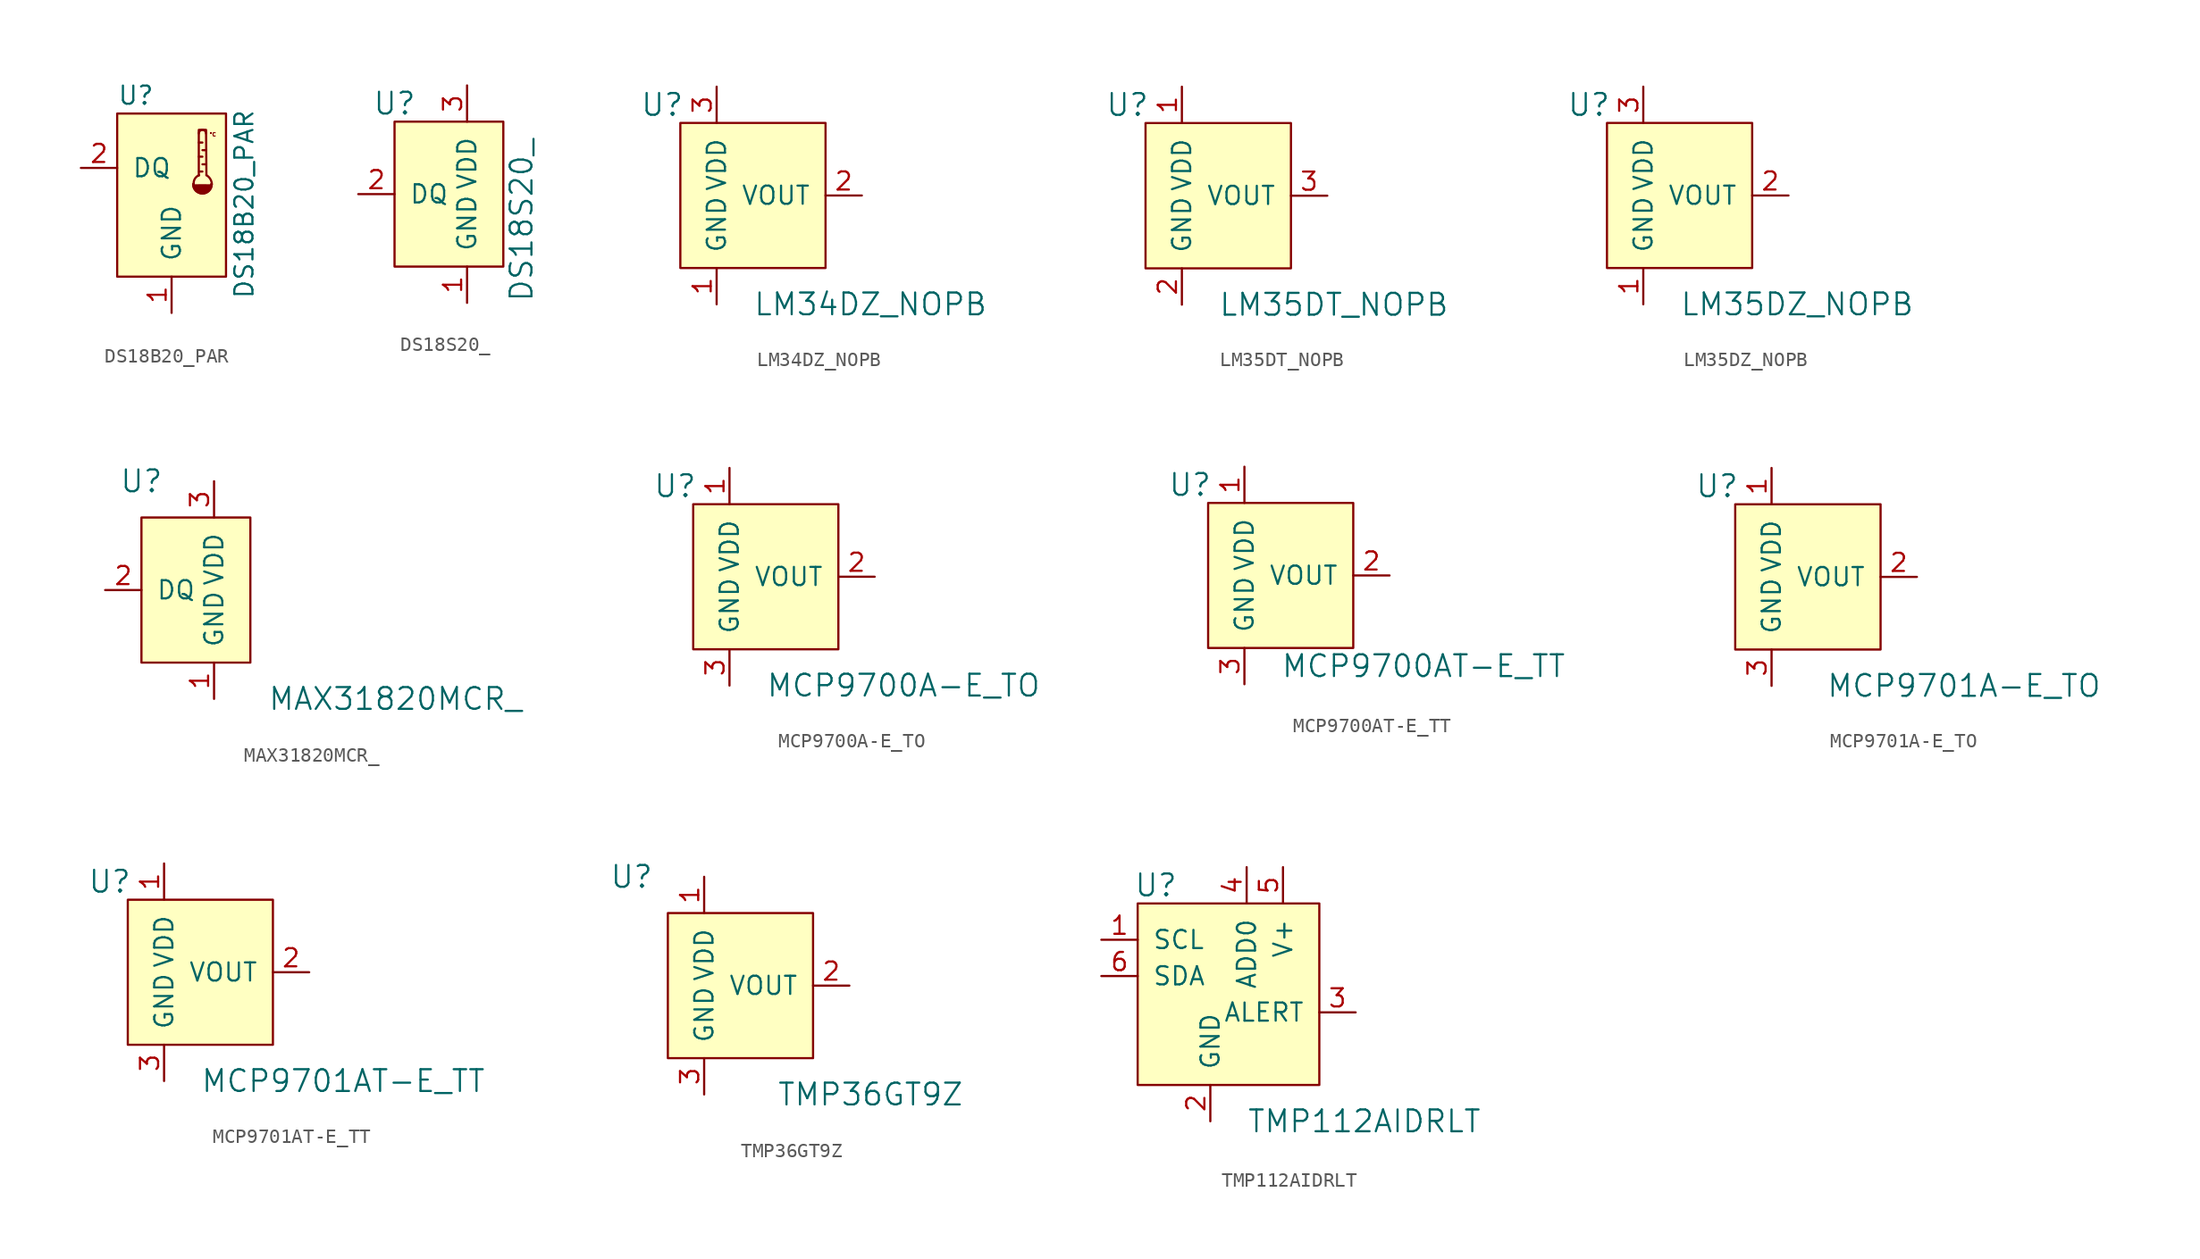
<source format=kicad_sym>
(kicad_symbol_lib
  (version 20220914)
  (generator kicad_symbol_editor)
  (symbol "DS18B20_PAR"
    (pin_names
      (offset 1.016))
    (property "Reference" "U"
      (at -3.81 8.89 0)
      (effects (font (size 1.27 1.27)) (justify left)))
    (property "Value" "DS18B20_PAR"
      (at 5.08 1.27 90)
      (effects (font (size 1.27 1.27))))
    (symbol "DS18B20_PAR_0_1"
      (rectangle (start -3.81 -3.81) (end 3.81 7.62) (stroke (width 0) (type default)) (fill (type background))))
    (symbol "DS18B20_PAR_1_0"
      (polyline (pts (xy 1.905 4.597) (xy 2.159 4.597)) (stroke (width 0) (type default)) (fill (type none)))
      (polyline (pts (xy 1.93 3.556) (xy 2.159 3.556)) (stroke (width 0) (type default)) (fill (type none)))
      (polyline (pts (xy 2.159 5.588) (xy 1.905 5.588)) (stroke (width 0) (type default)) (fill (type none)))
      (polyline (pts (xy 2.413 4.064) (xy 2.159 4.064)) (stroke (width 0) (type default)) (fill (type none)))
      (polyline (pts (xy 2.413 5.055) (xy 2.159 5.055)) (stroke (width 0) (type default)) (fill (type none)))
      (polyline (pts (xy 1.905 3.277) (xy 1.905 6.477) (xy 2.413 6.477) (xy 2.438 3.302)) (stroke (width 0) (type default)) (fill (type none)))
      (arc (start 1.524 2.667) (mid 2.159 2.0347) (end 2.794 2.667) (stroke (width 0.1778) (type default)) (fill (type none)))
      (arc (start 1.524 2.667) (mid 2.159 2.0347) (end 2.794 2.667) (stroke (width 0.1778) (type default)) (fill (type outline)))
      (arc (start 1.9304 3.302) (mid 1.6277 3.0477) (end 1.5494 2.667) (stroke (width 0) (type default)) (fill (type none)))
      (arc (start 2.413 6.223) (mid 2.159 6.4759) (end 1.905 6.223) (stroke (width 0) (type default)) (fill (type none)))
      (arc (start 2.8194 2.667) (mid 2.7121 3.0279) (end 2.4384 3.302) (stroke (width 0) (type default)) (fill (type none)))
      (text "°C" (at 2.616 6.299 0) (effects (font (size 0.254 0.254)) (justify left top))))
    (symbol "DS18B20_PAR_1_1"
      (pin power_in line (at 0 -6.35 90) (length 2.54) (name "GND" (effects (font (size 1.27 1.27)))) (number "1" (effects (font (size 1.27 1.27)))))
      (pin bidirectional line (at -6.35 3.81 0) (length 2.54) (name "DQ" (effects (font (size 1.27 1.27)))) (number "2" (effects (font (size 1.27 1.27)))))
      (pin no_connect line (at -6.35 1.27 0) (length 2.54) hide (name "N.C." (effects (font (size 1.27 1.27)))) (number "3" (effects (font (size 1.27 1.27)))))))
  (symbol "DS18S20_"
    (pin_names
      (offset 1.016))
    (property "Reference" "U"
      (at -5.08 6.35 0)
      (effects (font (size 1.524 1.524))))
    (property "Value" "DS18S20_"
      (at 3.81 -7.62 90)
      (effects (font (size 1.524 1.524)) (justify left)))
    (symbol "DS18S20__0_1"
      (rectangle (start -5.08 5.08) (end 2.54 -5.08) (stroke (width 0) (type default)) (fill (type background))))
    (symbol "DS18S20__1_1"
      (pin power_in line (at 0 -7.62 90) (length 2.54) (name "GND" (effects (font (size 1.27 1.27)))) (number "1" (effects (font (size 1.27 1.27)))))
      (pin bidirectional line (at -7.62 0 0) (length 2.54) (name "DQ" (effects (font (size 1.27 1.27)))) (number "2" (effects (font (size 1.27 1.27)))))
      (pin power_in line (at 0 7.62 270) (length 2.54) (name "VDD" (effects (font (size 1.27 1.27)))) (number "3" (effects (font (size 1.27 1.27)))))))
  (symbol "LM34DZ_NOPB"
    (pin_names
      (offset 1.016))
    (property "Reference" "U"
      (at -3.81 6.35 0)
      (effects (font (size 1.524 1.524))))
    (property "Value" "LM34DZ_NOPB"
      (at 2.54 -7.62 0)
      (effects (font (size 1.524 1.524)) (justify left)))
    (symbol "LM34DZ_NOPB_0_1"
      (rectangle (start 7.62 5.08) (end -2.54 -5.08) (stroke (width 0) (type default)) (fill (type background))))
    (symbol "LM34DZ_NOPB_1_1"
      (pin power_in line (at 0 -7.62 90) (length 2.54) (name "GND" (effects (font (size 1.27 1.27)))) (number "1" (effects (font (size 1.27 1.27)))))
      (pin output line (at 10.16 0 180) (length 2.54) (name "VOUT" (effects (font (size 1.27 1.27)))) (number "2" (effects (font (size 1.27 1.27)))))
      (pin power_in line (at 0 7.62 270) (length 2.54) (name "VDD" (effects (font (size 1.27 1.27)))) (number "3" (effects (font (size 1.27 1.27)))))))
  (symbol "LM35DT_NOPB"
    (pin_names
      (offset 1.016))
    (property "Reference" "U"
      (at -3.81 6.35 0)
      (effects (font (size 1.524 1.524))))
    (property "Value" "LM35DT_NOPB"
      (at 2.54 -7.62 0)
      (effects (font (size 1.524 1.524)) (justify left)))
    (symbol "LM35DT_NOPB_0_1"
      (rectangle (start 7.62 5.08) (end -2.54 -5.08) (stroke (width 0) (type default)) (fill (type background))))
    (symbol "LM35DT_NOPB_1_1"
      (pin power_in line (at 0 7.62 270) (length 2.54) (name "VDD" (effects (font (size 1.27 1.27)))) (number "1" (effects (font (size 1.27 1.27)))))
      (pin power_in line (at 0 -7.62 90) (length 2.54) (name "GND" (effects (font (size 1.27 1.27)))) (number "2" (effects (font (size 1.27 1.27)))))
      (pin output line (at 10.16 0 180) (length 2.54) (name "VOUT" (effects (font (size 1.27 1.27)))) (number "3" (effects (font (size 1.27 1.27)))))))
  (symbol "LM35DZ_NOPB"
    (pin_names
      (offset 1.016))
    (property "Reference" "U"
      (at -3.81 6.35 0)
      (effects (font (size 1.524 1.524))))
    (property "Value" "LM35DZ_NOPB"
      (at 2.54 -7.62 0)
      (effects (font (size 1.524 1.524)) (justify left)))
    (symbol "LM35DZ_NOPB_0_1"
      (rectangle (start 7.62 5.08) (end -2.54 -5.08) (stroke (width 0) (type default)) (fill (type background))))
    (symbol "LM35DZ_NOPB_1_1"
      (pin power_in line (at 0 -7.62 90) (length 2.54) (name "GND" (effects (font (size 1.27 1.27)))) (number "1" (effects (font (size 1.27 1.27)))))
      (pin output line (at 10.16 0 180) (length 2.54) (name "VOUT" (effects (font (size 1.27 1.27)))) (number "2" (effects (font (size 1.27 1.27)))))
      (pin power_in line (at 0 7.62 270) (length 2.54) (name "VDD" (effects (font (size 1.27 1.27)))) (number "3" (effects (font (size 1.27 1.27)))))))
  (symbol "MAX31820MCR_"
    (pin_names
      (offset 1.016))
    (property "Reference" "U"
      (at -5.08 7.62 0)
      (effects (font (size 1.524 1.524))))
    (property "Value" "MAX31820MCR_"
      (at 12.7 -7.62 0)
      (effects (font (size 1.524 1.524))))
    (symbol "MAX31820MCR__0_1"
      (rectangle (start 2.54 5.08) (end -5.08 -5.08) (stroke (width 0) (type default)) (fill (type background))))
    (symbol "MAX31820MCR__1_1"
      (pin power_in line (at 0 -7.62 90) (length 2.54) (name "GND" (effects (font (size 1.27 1.27)))) (number "1" (effects (font (size 1.27 1.27)))))
      (pin bidirectional line (at -7.62 0 0) (length 2.54) (name "DQ" (effects (font (size 1.27 1.27)))) (number "2" (effects (font (size 1.27 1.27)))))
      (pin power_in line (at 0 7.62 270) (length 2.54) (name "VDD" (effects (font (size 1.27 1.27)))) (number "3" (effects (font (size 1.27 1.27)))))))
  (symbol "MCP9700A-E_TO"
    (pin_names
      (offset 1.016))
    (property "Reference" "U"
      (at -3.81 6.35 0)
      (effects (font (size 1.524 1.524))))
    (property "Value" "MCP9700A-E_TO"
      (at 2.54 -7.62 0)
      (effects (font (size 1.524 1.524)) (justify left)))
    (symbol "MCP9700A-E_TO_0_1"
      (rectangle (start 7.62 5.08) (end -2.54 -5.08) (stroke (width 0) (type default)) (fill (type background))))
    (symbol "MCP9700A-E_TO_1_1"
      (pin power_in line (at 0 7.62 270) (length 2.54) (name "VDD" (effects (font (size 1.27 1.27)))) (number "1" (effects (font (size 1.27 1.27)))))
      (pin output line (at 10.16 0 180) (length 2.54) (name "VOUT" (effects (font (size 1.27 1.27)))) (number "2" (effects (font (size 1.27 1.27)))))
      (pin power_in line (at 0 -7.62 90) (length 2.54) (name "GND" (effects (font (size 1.27 1.27)))) (number "3" (effects (font (size 1.27 1.27)))))))
  (symbol "MCP9700AT-E_TT"
    (pin_names
      (offset 1.016))
    (property "Reference" "U"
      (at -3.81 6.35 0)
      (effects (font (size 1.524 1.524))))
    (property "Value" "MCP9700AT-E_TT"
      (at 2.54 -6.35 0)
      (effects (font (size 1.524 1.524)) (justify left)))
    (symbol "MCP9700AT-E_TT_0_1"
      (rectangle (start 7.62 5.08) (end -2.54 -5.08) (stroke (width 0) (type default)) (fill (type background))))
    (symbol "MCP9700AT-E_TT_1_1"
      (pin power_in line (at 0 7.62 270) (length 2.54) (name "VDD" (effects (font (size 1.27 1.27)))) (number "1" (effects (font (size 1.27 1.27)))))
      (pin output line (at 10.16 0 180) (length 2.54) (name "VOUT" (effects (font (size 1.27 1.27)))) (number "2" (effects (font (size 1.27 1.27)))))
      (pin power_in line (at 0 -7.62 90) (length 2.54) (name "GND" (effects (font (size 1.27 1.27)))) (number "3" (effects (font (size 1.27 1.27)))))))
  (symbol "MCP9701A-E_TO"
    (pin_names
      (offset 1.016))
    (property "Reference" "U"
      (at -3.81 6.35 0)
      (effects (font (size 1.524 1.524))))
    (property "Value" "MCP9701A-E_TO"
      (at 3.81 -7.62 0)
      (effects (font (size 1.524 1.524)) (justify left)))
    (symbol "MCP9701A-E_TO_0_1"
      (rectangle (start 7.62 5.08) (end -2.54 -5.08) (stroke (width 0) (type default)) (fill (type background))))
    (symbol "MCP9701A-E_TO_1_1"
      (pin power_in line (at 0 7.62 270) (length 2.54) (name "VDD" (effects (font (size 1.27 1.27)))) (number "1" (effects (font (size 1.27 1.27)))))
      (pin output line (at 10.16 0 180) (length 2.54) (name "VOUT" (effects (font (size 1.27 1.27)))) (number "2" (effects (font (size 1.27 1.27)))))
      (pin power_in line (at 0 -7.62 90) (length 2.54) (name "GND" (effects (font (size 1.27 1.27)))) (number "3" (effects (font (size 1.27 1.27)))))))
  (symbol "MCP9701AT-E_TT"
    (pin_names
      (offset 1.016))
    (property "Reference" "U"
      (at -3.81 6.35 0)
      (effects (font (size 1.524 1.524))))
    (property "Value" "MCP9701AT-E_TT"
      (at 2.54 -7.62 0)
      (effects (font (size 1.524 1.524)) (justify left)))
    (symbol "MCP9701AT-E_TT_0_1"
      (rectangle (start 7.62 5.08) (end -2.54 -5.08) (stroke (width 0) (type default)) (fill (type background))))
    (symbol "MCP9701AT-E_TT_1_1"
      (pin power_in line (at 0 7.62 270) (length 2.54) (name "VDD" (effects (font (size 1.27 1.27)))) (number "1" (effects (font (size 1.27 1.27)))))
      (pin output line (at 10.16 0 180) (length 2.54) (name "VOUT" (effects (font (size 1.27 1.27)))) (number "2" (effects (font (size 1.27 1.27)))))
      (pin power_in line (at 0 -7.62 90) (length 2.54) (name "GND" (effects (font (size 1.27 1.27)))) (number "3" (effects (font (size 1.27 1.27)))))))
  (symbol "TMP36GT9Z"
    (pin_names
      (offset 1.016))
    (property "Reference" "U"
      (at -5.08 7.62 0)
      (effects (font (size 1.524 1.524))))
    (property "Value" "TMP36GT9Z"
      (at 5.08 -7.62 0)
      (effects (font (size 1.524 1.524)) (justify left)))
    (symbol "TMP36GT9Z_0_1"
      (rectangle (start 7.62 5.08) (end -2.54 -5.08) (stroke (width 0) (type default)) (fill (type background))))
    (symbol "TMP36GT9Z_1_1"
      (pin power_in line (at 0 7.62 270) (length 2.54) (name "VDD" (effects (font (size 1.27 1.27)))) (number "1" (effects (font (size 1.27 1.27)))))
      (pin output line (at 10.16 0 180) (length 2.54) (name "VOUT" (effects (font (size 1.27 1.27)))) (number "2" (effects (font (size 1.27 1.27)))))
      (pin power_in line (at 0 -7.62 90) (length 2.54) (name "GND" (effects (font (size 1.27 1.27)))) (number "3" (effects (font (size 1.27 1.27)))))))
  (symbol "TMP112AIDRLT"
    (pin_names
      (offset 1.016))
    (property "Reference" "U"
      (at -6.35 8.89 0)
      (effects (font (size 1.524 1.524))))
    (property "Value" "TMP112AIDRLT"
      (at 0 -7.62 0)
      (effects (font (size 1.524 1.524)) (justify left)))
    (symbol "TMP112AIDRLT_0_1"
      (rectangle (start -7.62 7.62) (end 5.08 -5.08) (stroke (width 0) (type default)) (fill (type background))))
    (symbol "TMP112AIDRLT_1_1"
      (pin input line (at -10.16 5.08 0) (length 2.54) (name "SCL" (effects (font (size 1.27 1.27)))) (number "1" (effects (font (size 1.27 1.27)))))
      (pin power_in line (at -2.54 -7.62 90) (length 2.54) (name "GND" (effects (font (size 1.27 1.27)))) (number "2" (effects (font (size 1.27 1.27)))))
      (pin output line (at 7.62 0 180) (length 2.54) (name "ALERT" (effects (font (size 1.27 1.27)))) (number "3" (effects (font (size 1.27 1.27)))))
      (pin power_in line (at 0 10.16 270) (length 2.54) (name "ADD0" (effects (font (size 1.27 1.27)))) (number "4" (effects (font (size 1.27 1.27)))))
      (pin power_in line (at 2.54 10.16 270) (length 2.54) (name "V+" (effects (font (size 1.27 1.27)))) (number "5" (effects (font (size 1.27 1.27)))))
      (pin bidirectional line (at -10.16 2.54 0) (length 2.54) (name "SDA" (effects (font (size 1.27 1.27)))) (number "6" (effects (font (size 1.27 1.27))))))))
</source>
